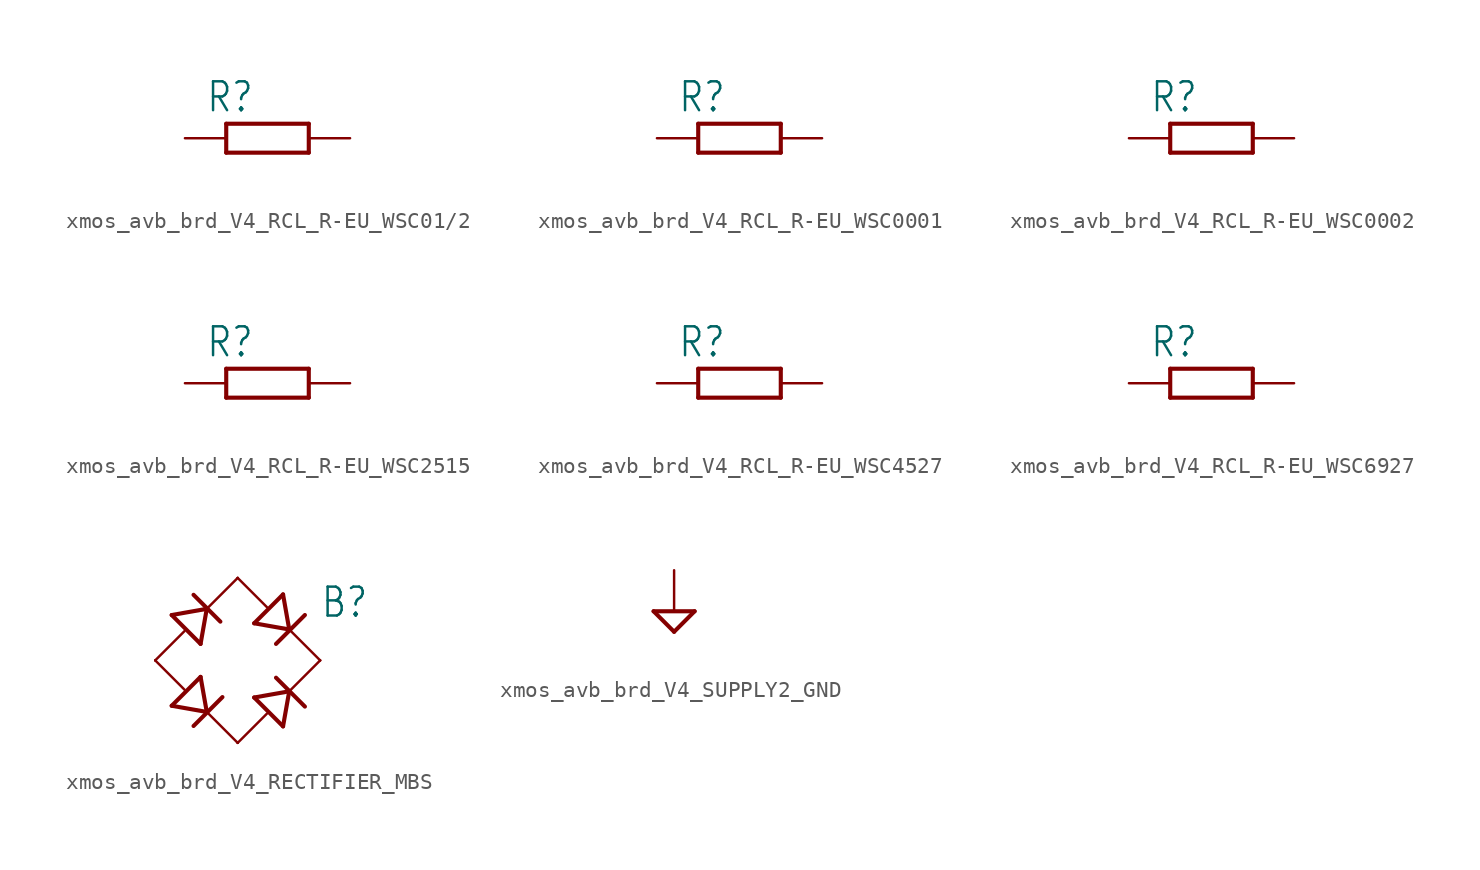
<source format=kicad_sym>
(kicad_symbol_lib
  (version 20241209)
  (generator "kicad_symbol_editor")
  (generator_version "9.0")
  (symbol "xmos_avb_brd_V4_RCL_R-EU_WSC01/2"
    (property "Reference" "R"
      (at -3.81 1.499 0)
      (effects (font (size 1.778 1.511)) (justify left bottom)))
    (property "Value" ""
      (at -3.81 -3.302 0)
      (effects (font (size 1.778 1.511)) (justify left bottom)))
    (property "ki_locked" ""
      (at 0 0 0)
      (effects (font (size 1.27 1.27))))
    (symbol "xmos_avb_brd_V4_RCL_R-EU_WSC01/2_1_0"
      (polyline (pts (xy -2.54 -0.889) (xy -2.54 0.889)) (stroke (width 0.254) (type solid)) (fill (type none)))
      (polyline (pts (xy -2.54 -0.889) (xy 2.54 -0.889)) (stroke (width 0.254) (type solid)) (fill (type none)))
      (polyline (pts (xy 2.54 0.889) (xy -2.54 0.889)) (stroke (width 0.254) (type solid)) (fill (type none)))
      (polyline (pts (xy 2.54 -0.889) (xy 2.54 0.889)) (stroke (width 0.254) (type solid)) (fill (type none)))
      (pin passive line (at -5.08 0 0) (length 2.54) (name "1" (effects (font (size 0 0)))) (number "1" (effects (font (size 0 0)))))
      (pin passive line (at 5.08 0 180) (length 2.54) (name "2" (effects (font (size 0 0)))) (number "2" (effects (font (size 0 0)))))))
  (symbol "xmos_avb_brd_V4_RCL_R-EU_WSC0001"
    (property "Reference" "R"
      (at -3.81 1.499 0)
      (effects (font (size 1.778 1.511)) (justify left bottom)))
    (property "Value" ""
      (at -3.81 -3.302 0)
      (effects (font (size 1.778 1.511)) (justify left bottom)))
    (property "ki_locked" ""
      (at 0 0 0)
      (effects (font (size 1.27 1.27))))
    (symbol "xmos_avb_brd_V4_RCL_R-EU_WSC0001_1_0"
      (polyline (pts (xy -2.54 -0.889) (xy -2.54 0.889)) (stroke (width 0.254) (type solid)) (fill (type none)))
      (polyline (pts (xy -2.54 -0.889) (xy 2.54 -0.889)) (stroke (width 0.254) (type solid)) (fill (type none)))
      (polyline (pts (xy 2.54 0.889) (xy -2.54 0.889)) (stroke (width 0.254) (type solid)) (fill (type none)))
      (polyline (pts (xy 2.54 -0.889) (xy 2.54 0.889)) (stroke (width 0.254) (type solid)) (fill (type none)))
      (pin passive line (at -5.08 0 0) (length 2.54) (name "1" (effects (font (size 0 0)))) (number "1" (effects (font (size 0 0)))))
      (pin passive line (at 5.08 0 180) (length 2.54) (name "2" (effects (font (size 0 0)))) (number "2" (effects (font (size 0 0)))))))
  (symbol "xmos_avb_brd_V4_RCL_R-EU_WSC0002"
    (property "Reference" "R"
      (at -3.81 1.499 0)
      (effects (font (size 1.778 1.511)) (justify left bottom)))
    (property "Value" ""
      (at -3.81 -3.302 0)
      (effects (font (size 1.778 1.511)) (justify left bottom)))
    (property "ki_locked" ""
      (at 0 0 0)
      (effects (font (size 1.27 1.27))))
    (symbol "xmos_avb_brd_V4_RCL_R-EU_WSC0002_1_0"
      (polyline (pts (xy -2.54 -0.889) (xy -2.54 0.889)) (stroke (width 0.254) (type solid)) (fill (type none)))
      (polyline (pts (xy -2.54 -0.889) (xy 2.54 -0.889)) (stroke (width 0.254) (type solid)) (fill (type none)))
      (polyline (pts (xy 2.54 0.889) (xy -2.54 0.889)) (stroke (width 0.254) (type solid)) (fill (type none)))
      (polyline (pts (xy 2.54 -0.889) (xy 2.54 0.889)) (stroke (width 0.254) (type solid)) (fill (type none)))
      (pin passive line (at -5.08 0 0) (length 2.54) (name "1" (effects (font (size 0 0)))) (number "1" (effects (font (size 0 0)))))
      (pin passive line (at 5.08 0 180) (length 2.54) (name "2" (effects (font (size 0 0)))) (number "2" (effects (font (size 0 0)))))))
  (symbol "xmos_avb_brd_V4_RCL_R-EU_WSC2515"
    (property "Reference" "R"
      (at -3.81 1.499 0)
      (effects (font (size 1.778 1.511)) (justify left bottom)))
    (property "Value" ""
      (at -3.81 -3.302 0)
      (effects (font (size 1.778 1.511)) (justify left bottom)))
    (property "ki_locked" ""
      (at 0 0 0)
      (effects (font (size 1.27 1.27))))
    (symbol "xmos_avb_brd_V4_RCL_R-EU_WSC2515_1_0"
      (polyline (pts (xy -2.54 -0.889) (xy -2.54 0.889)) (stroke (width 0.254) (type solid)) (fill (type none)))
      (polyline (pts (xy -2.54 -0.889) (xy 2.54 -0.889)) (stroke (width 0.254) (type solid)) (fill (type none)))
      (polyline (pts (xy 2.54 0.889) (xy -2.54 0.889)) (stroke (width 0.254) (type solid)) (fill (type none)))
      (polyline (pts (xy 2.54 -0.889) (xy 2.54 0.889)) (stroke (width 0.254) (type solid)) (fill (type none)))
      (pin passive line (at -5.08 0 0) (length 2.54) (name "1" (effects (font (size 0 0)))) (number "1" (effects (font (size 0 0)))))
      (pin passive line (at 5.08 0 180) (length 2.54) (name "2" (effects (font (size 0 0)))) (number "2" (effects (font (size 0 0)))))))
  (symbol "xmos_avb_brd_V4_RCL_R-EU_WSC4527"
    (property "Reference" "R"
      (at -3.81 1.499 0)
      (effects (font (size 1.778 1.511)) (justify left bottom)))
    (property "Value" ""
      (at -3.81 -3.302 0)
      (effects (font (size 1.778 1.511)) (justify left bottom)))
    (property "ki_locked" ""
      (at 0 0 0)
      (effects (font (size 1.27 1.27))))
    (symbol "xmos_avb_brd_V4_RCL_R-EU_WSC4527_1_0"
      (polyline (pts (xy -2.54 -0.889) (xy -2.54 0.889)) (stroke (width 0.254) (type solid)) (fill (type none)))
      (polyline (pts (xy -2.54 -0.889) (xy 2.54 -0.889)) (stroke (width 0.254) (type solid)) (fill (type none)))
      (polyline (pts (xy 2.54 0.889) (xy -2.54 0.889)) (stroke (width 0.254) (type solid)) (fill (type none)))
      (polyline (pts (xy 2.54 -0.889) (xy 2.54 0.889)) (stroke (width 0.254) (type solid)) (fill (type none)))
      (pin passive line (at -5.08 0 0) (length 2.54) (name "1" (effects (font (size 0 0)))) (number "1" (effects (font (size 0 0)))))
      (pin passive line (at 5.08 0 180) (length 2.54) (name "2" (effects (font (size 0 0)))) (number "2" (effects (font (size 0 0)))))))
  (symbol "xmos_avb_brd_V4_RCL_R-EU_WSC6927"
    (property "Reference" "R"
      (at -3.81 1.499 0)
      (effects (font (size 1.778 1.511)) (justify left bottom)))
    (property "Value" ""
      (at -3.81 -3.302 0)
      (effects (font (size 1.778 1.511)) (justify left bottom)))
    (property "ki_locked" ""
      (at 0 0 0)
      (effects (font (size 1.27 1.27))))
    (symbol "xmos_avb_brd_V4_RCL_R-EU_WSC6927_1_0"
      (polyline (pts (xy -2.54 -0.889) (xy -2.54 0.889)) (stroke (width 0.254) (type solid)) (fill (type none)))
      (polyline (pts (xy -2.54 -0.889) (xy 2.54 -0.889)) (stroke (width 0.254) (type solid)) (fill (type none)))
      (polyline (pts (xy 2.54 0.889) (xy -2.54 0.889)) (stroke (width 0.254) (type solid)) (fill (type none)))
      (polyline (pts (xy 2.54 -0.889) (xy 2.54 0.889)) (stroke (width 0.254) (type solid)) (fill (type none)))
      (pin passive line (at -5.08 0 0) (length 2.54) (name "1" (effects (font (size 0 0)))) (number "1" (effects (font (size 0 0)))))
      (pin passive line (at 5.08 0 180) (length 2.54) (name "2" (effects (font (size 0 0)))) (number "2" (effects (font (size 0 0)))))))
  (symbol "xmos_avb_brd_V4_RECTIFIER_MBS"
    (property "Reference" "B"
      (at 5.08 2.54 0)
      (effects (font (size 1.778 1.511)) (justify left bottom)))
    (property "Value" ""
      (at 5.08 -5.08 0)
      (effects (font (size 1.778 1.511)) (justify left bottom)))
    (property "ki_locked" ""
      (at 0 0 0)
      (effects (font (size 1.27 1.27))))
    (symbol "xmos_avb_brd_V4_RECTIFIER_MBS_1_0"
      (polyline (pts (xy -5.08 0) (xy -3.277 1.803)) (stroke (width 0.152) (type solid)) (fill (type none)))
      (polyline (pts (xy -4.064 2.794) (xy -2.286 1.016)) (stroke (width 0.254) (type solid)) (fill (type none)))
      (polyline (pts (xy -4.064 -2.794) (xy -2.286 -1.016)) (stroke (width 0.254) (type solid)) (fill (type none)))
      (polyline (pts (xy -3.277 -1.803) (xy -5.08 0)) (stroke (width 0.152) (type solid)) (fill (type none)))
      (polyline (pts (xy -2.718 4.039) (xy -1.067 2.388)) (stroke (width 0.254) (type solid)) (fill (type none)))
      (polyline (pts (xy -2.718 -4.039) (xy -0.94 -2.261)) (stroke (width 0.254) (type solid)) (fill (type none)))
      (polyline (pts (xy -1.905 3.175) (xy -4.064 2.794)) (stroke (width 0.254) (type solid)) (fill (type none)))
      (polyline (pts (xy -1.905 3.175) (xy -2.286 1.016)) (stroke (width 0.254) (type solid)) (fill (type none)))
      (polyline (pts (xy -1.905 3.175) (xy 0 5.08)) (stroke (width 0.152) (type solid)) (fill (type none)))
      (polyline (pts (xy -1.905 -3.175) (xy -4.064 -2.794)) (stroke (width 0.254) (type solid)) (fill (type none)))
      (polyline (pts (xy -1.905 -3.175) (xy -2.286 -1.016)) (stroke (width 0.254) (type solid)) (fill (type none)))
      (polyline (pts (xy 0 5.08) (xy 1.803 3.277)) (stroke (width 0.152) (type solid)) (fill (type none)))
      (polyline (pts (xy 0 -5.08) (xy -1.905 -3.175)) (stroke (width 0.152) (type solid)) (fill (type none)))
      (polyline (pts (xy 0 -5.08) (xy 1.803 -3.277)) (stroke (width 0.152) (type solid)) (fill (type none)))
      (polyline (pts (xy 1.016 2.286) (xy 2.794 4.064)) (stroke (width 0.254) (type solid)) (fill (type none)))
      (polyline (pts (xy 1.016 -2.286) (xy 2.794 -4.064)) (stroke (width 0.254) (type solid)) (fill (type none)))
      (polyline (pts (xy 2.362 1.016) (xy 4.14 2.794)) (stroke (width 0.254) (type solid)) (fill (type none)))
      (polyline (pts (xy 2.362 -1.067) (xy 4.14 -2.845)) (stroke (width 0.254) (type solid)) (fill (type none)))
      (polyline (pts (xy 3.175 1.905) (xy 1.016 2.286)) (stroke (width 0.254) (type solid)) (fill (type none)))
      (polyline (pts (xy 3.175 1.905) (xy 2.794 4.064)) (stroke (width 0.254) (type solid)) (fill (type none)))
      (polyline (pts (xy 3.175 1.905) (xy 5.08 0)) (stroke (width 0.152) (type solid)) (fill (type none)))
      (polyline (pts (xy 3.175 -1.905) (xy 1.016 -2.286)) (stroke (width 0.254) (type solid)) (fill (type none)))
      (polyline (pts (xy 3.175 -1.905) (xy 2.794 -4.064)) (stroke (width 0.254) (type solid)) (fill (type none)))
      (polyline (pts (xy 5.08 0) (xy 3.175 -1.905)) (stroke (width 0.152) (type solid)) (fill (type none)))
      (pin passive line (at -5.08 0 0) (length 0) (name "-" (effects (font (size 0 0)))) (number "-" (effects (font (size 0 0)))))
      (pin passive line (at 0 5.08 270) (length 0) (name "AC1" (effects (font (size 0 0)))) (number "~1" (effects (font (size 0 0)))))
      (pin passive line (at 0 -5.08 90) (length 0) (name "AC2" (effects (font (size 0 0)))) (number "~2" (effects (font (size 0 0)))))
      (pin passive line (at 5.08 0 180) (length 0) (name "+" (effects (font (size 0 0)))) (number "+" (effects (font (size 0 0)))))))
  (symbol "xmos_avb_brd_V4_SUPPLY2_GND"
    (power)
    (property "Reference" "#SUPPLY"
      (at 0 0 0)
      (effects (font (size 1.27 1.27)) (hide yes)))
    (property "Value" ""
      (at -1.905 -3.175 0)
      (effects (font (size 1.778 1.511)) (justify left bottom)))
    (property "ki_locked" ""
      (at 0 0 0)
      (effects (font (size 1.27 1.27))))
    (symbol "xmos_avb_brd_V4_SUPPLY2_GND_1_0"
      (polyline (pts (xy -1.27 0) (xy 1.27 0)) (stroke (width 0.254) (type solid)) (fill (type none)))
      (polyline (pts (xy 0 -1.27) (xy -1.27 0)) (stroke (width 0.254) (type solid)) (fill (type none)))
      (polyline (pts (xy 1.27 0) (xy 0 -1.27)) (stroke (width 0.254) (type solid)) (fill (type none)))
      (pin power_in line (at 0 2.54 270) (length 2.54) (name "GND" (effects (font (size 0 0)))) (number "1" (effects (font (size 0 0))))))))
</source>
